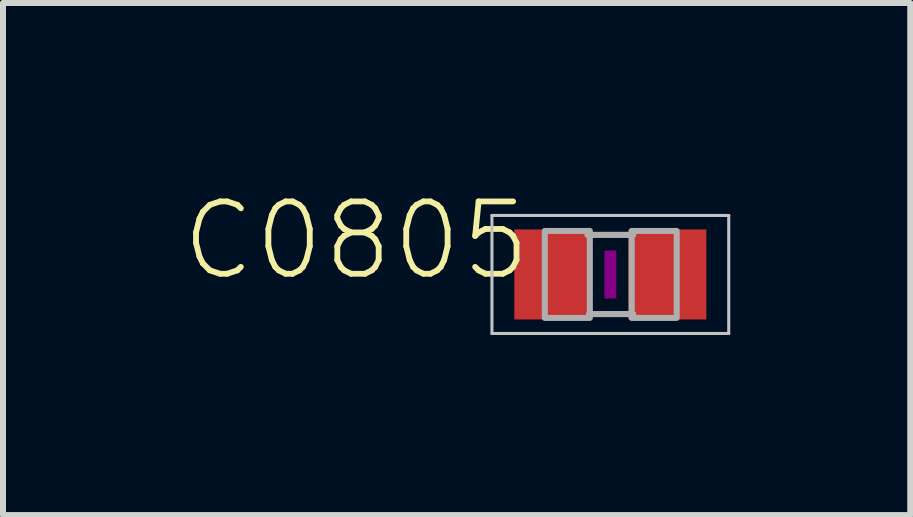
<source format=kicad_pcb>
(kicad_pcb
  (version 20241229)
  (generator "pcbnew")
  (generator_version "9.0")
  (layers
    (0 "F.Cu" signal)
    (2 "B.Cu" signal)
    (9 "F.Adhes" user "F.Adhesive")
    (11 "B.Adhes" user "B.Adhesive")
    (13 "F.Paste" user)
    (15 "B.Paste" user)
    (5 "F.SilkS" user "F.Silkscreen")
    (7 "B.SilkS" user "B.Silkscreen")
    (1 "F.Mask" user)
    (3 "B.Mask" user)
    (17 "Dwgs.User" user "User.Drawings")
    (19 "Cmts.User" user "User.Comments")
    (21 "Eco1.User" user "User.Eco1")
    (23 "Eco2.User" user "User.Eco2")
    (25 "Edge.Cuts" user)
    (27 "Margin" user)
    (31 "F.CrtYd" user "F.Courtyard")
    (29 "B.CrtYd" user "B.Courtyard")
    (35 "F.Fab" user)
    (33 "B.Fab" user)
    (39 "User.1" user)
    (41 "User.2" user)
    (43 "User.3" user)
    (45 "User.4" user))
  (footprint "C0805"
    (layer "F.Cu")
    (at 7.121 1.524)
    (property "Reference" "C0805" (at -1.27 -1.27 180) (layer "F.SilkS") (effects (font (size 1.206 1.206) (thickness 0.097)) (justify right top)))
    (attr through_hole)
    (fp_poly (pts (xy -0.1 0.4) (xy 0.1 0.4) (xy 0.1 -0.4) (xy -0.1 -0.4)) (stroke (width 0) (type solid)) (fill yes) (layer "F.Adhes"))
    (fp_line (start -1.973 -0.983) (end 1.973 -0.983) (stroke (width 0.051) (type solid)) (layer "Dwgs.User"))
    (fp_line (start -1.973 0.983) (end -1.973 -0.983) (stroke (width 0.051) (type solid)) (layer "Dwgs.User"))
    (fp_line (start 1.973 -0.983) (end 1.973 0.983) (stroke (width 0.051) (type solid)) (layer "Dwgs.User"))
    (fp_line (start 1.973 0.983) (end -1.973 0.983) (stroke (width 0.051) (type solid)) (layer "Dwgs.User"))
    (fp_line (start -0.381 -0.66) (end 0.381 -0.66) (stroke (width 0.102) (type solid)) (layer "F.Fab"))
    (fp_line (start -0.356 0.66) (end 0.381 0.66) (stroke (width 0.102) (type solid)) (layer "F.Fab"))
    (fp_poly (pts (xy -1.092 0.724) (xy -0.342 0.724) (xy -0.342 -0.726) (xy -1.092 -0.726)) (stroke (width 0.1) (type solid)) (fill no) (layer "F.Fab"))
    (fp_poly (pts (xy 0.356 0.724) (xy 1.106 0.724) (xy 1.106 -0.726) (xy 0.356 -0.726)) (stroke (width 0.1) (type solid)) (fill no) (layer "F.Fab"))
    (pad "1" smd rect (at -0.95 0) (size 1.3 1.5) (layers "F.Cu" "F.Mask" "F.Paste"))
    (pad "2" smd rect (at 0.95 0) (size 1.3 1.5) (layers "F.Cu" "F.Mask" "F.Paste")))
  (gr_rect
    (start -3 -3)
    (end 12.119 5.533)
    (stroke (width 0.1) (type default))
    (fill no)
    (layer "Edge.Cuts")))
</source>
